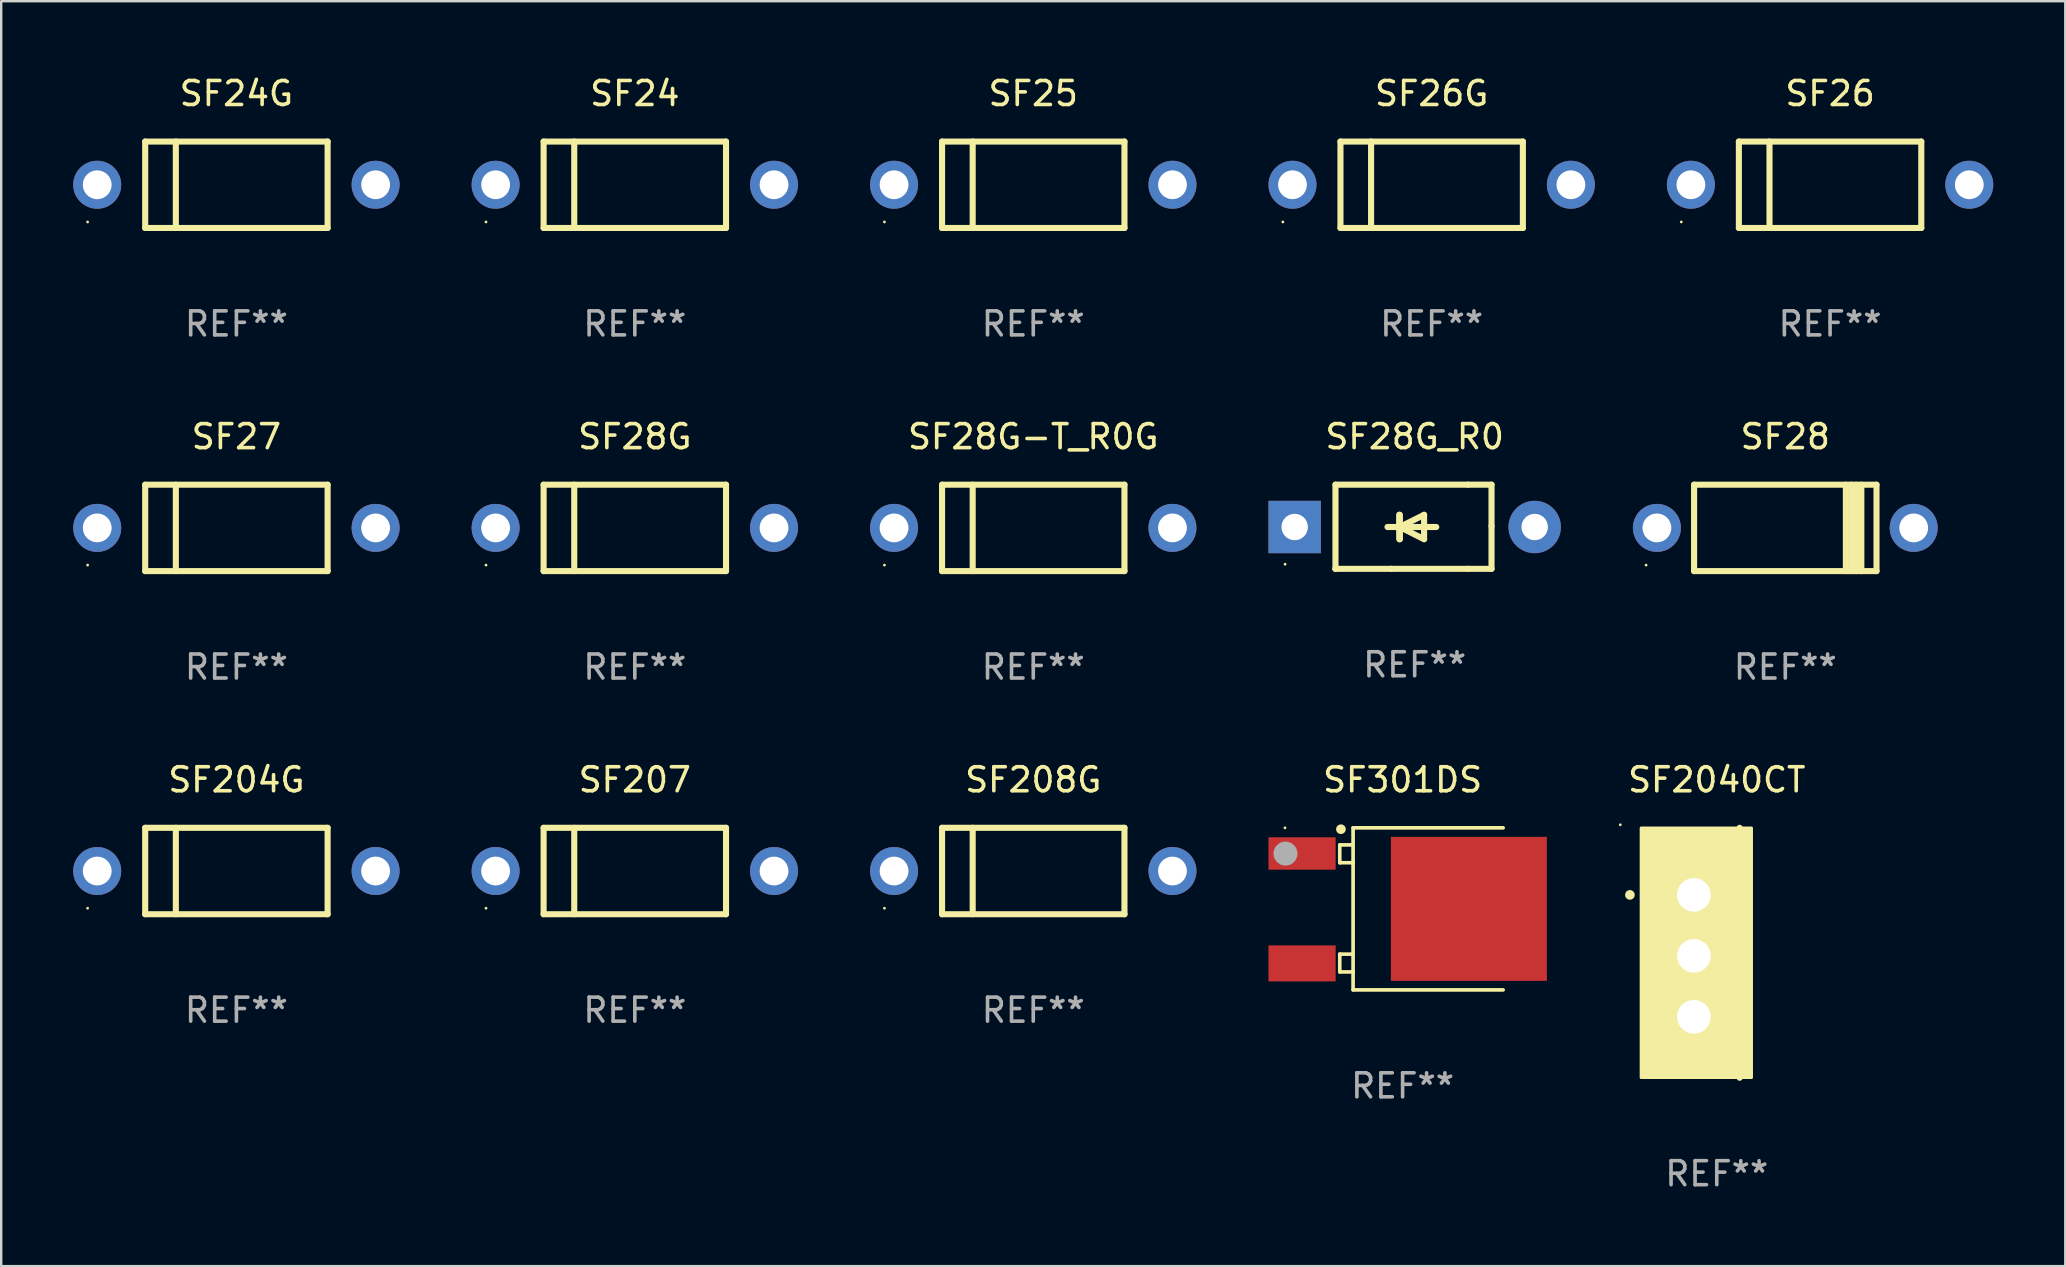
<source format=kicad_pcb>
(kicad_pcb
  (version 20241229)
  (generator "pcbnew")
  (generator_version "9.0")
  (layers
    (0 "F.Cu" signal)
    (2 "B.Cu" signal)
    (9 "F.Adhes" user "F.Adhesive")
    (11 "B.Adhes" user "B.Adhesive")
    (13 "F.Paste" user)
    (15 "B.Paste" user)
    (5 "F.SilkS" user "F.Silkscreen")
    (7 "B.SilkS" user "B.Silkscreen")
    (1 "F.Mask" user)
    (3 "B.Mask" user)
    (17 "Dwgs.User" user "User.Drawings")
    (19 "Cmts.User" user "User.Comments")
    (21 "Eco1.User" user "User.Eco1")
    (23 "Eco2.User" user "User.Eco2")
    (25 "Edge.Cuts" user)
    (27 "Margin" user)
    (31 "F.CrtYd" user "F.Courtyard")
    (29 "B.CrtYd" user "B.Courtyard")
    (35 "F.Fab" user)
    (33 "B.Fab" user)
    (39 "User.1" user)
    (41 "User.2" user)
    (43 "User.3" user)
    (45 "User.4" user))
  (footprint "SF24"
    (layer "F.Cu")
    (at 23.4 4.648)
    (property "Reference" "SF24" (at 0 -3.8 0) (layer "F.SilkS") (effects (font (size 1 1) (thickness 0.15))))
    (attr through_hole)
    (fp_line (start -3.8 -1.8) (end -3.8 1.8) (stroke (width 0.254) (type solid)) (layer "F.SilkS"))
    (fp_line (start -3.8 -1.8) (end 3.8 -1.8) (stroke (width 0.254) (type solid)) (layer "F.SilkS"))
    (fp_line (start -3.8 1.8) (end 3.8 1.8) (stroke (width 0.254) (type solid)) (layer "F.SilkS"))
    (fp_line (start -2.524 -1.8) (end -2.524 1.8) (stroke (width 0.254) (type solid)) (layer "F.SilkS"))
    (fp_line (start 3.8 -1.8) (end 3.8 1.8) (stroke (width 0.254) (type solid)) (layer "F.SilkS"))
    (fp_circle (center -6.2 1.55) (end -6.17 1.55) (stroke (width 0.06) (type solid)) (fill no) (layer "F.SilkS"))
    (fp_text user "REF**" (at 0 5.8 0) (layer "F.Fab") (effects (font (size 1 1) (thickness 0.15))))
    (pad "1" thru_hole circle (at -5.8 0) (size 2 2) (drill 1.2) (layers "*.Cu" "*.Mask"))
    (pad "2" thru_hole circle (at 5.8 0) (size 2 2) (drill 1.2) (layers "*.Cu" "*.Mask")))
  (footprint "SF27"
    (layer "F.Cu")
    (at 6.8 18.945)
    (property "Reference" "SF27" (at 0 -3.8 0) (layer "F.SilkS") (effects (font (size 1 1) (thickness 0.15))))
    (attr through_hole)
    (fp_line (start -3.8 -1.8) (end -3.8 1.8) (stroke (width 0.254) (type solid)) (layer "F.SilkS"))
    (fp_line (start -3.8 -1.8) (end 3.8 -1.8) (stroke (width 0.254) (type solid)) (layer "F.SilkS"))
    (fp_line (start -3.8 1.8) (end 3.8 1.8) (stroke (width 0.254) (type solid)) (layer "F.SilkS"))
    (fp_line (start -2.524 -1.8) (end -2.524 1.8) (stroke (width 0.254) (type solid)) (layer "F.SilkS"))
    (fp_line (start 3.8 -1.8) (end 3.8 1.8) (stroke (width 0.254) (type solid)) (layer "F.SilkS"))
    (fp_circle (center -6.2 1.55) (end -6.17 1.55) (stroke (width 0.06) (type solid)) (fill no) (layer "F.SilkS"))
    (fp_text user "REF**" (at 0 5.8 0) (layer "F.Fab") (effects (font (size 1 1) (thickness 0.15))))
    (pad "1" thru_hole circle (at -5.8 0) (size 2 2) (drill 1.2) (layers "*.Cu" "*.Mask"))
    (pad "2" thru_hole circle (at 5.8 0) (size 2 2) (drill 1.2) (layers "*.Cu" "*.Mask")))
  (footprint "SF28G_R0"
    (layer "F.Cu")
    (at 55.893 18.897)
    (property "Reference" "SF28G_R0" (at 0 -3.753 0) (layer "F.SilkS") (effects (font (size 1 1) (thickness 0.15))))
    (attr through_hole)
    (fp_line (start -3.3 -1.753) (end 2.212 -1.753) (stroke (width 0.254) (type solid)) (layer "F.SilkS"))
    (fp_line (start -3.3 1.753) (end -3.3 -1.753) (stroke (width 0.254) (type solid)) (layer "F.SilkS"))
    (fp_line (start -3.3 1.753) (end -3.3 1.753) (stroke (width 0.254) (type solid)) (layer "F.SilkS"))
    (fp_line (start -0.968 1.753) (end -3.3 1.753) (stroke (width 0.254) (type solid)) (layer "F.SilkS"))
    (fp_line (start -0.636 -0.497) (end -0.636 0.519) (stroke (width 0.254) (type solid)) (layer "F.SilkS"))
    (fp_line (start -0.636 0.011) (end -0.636 -0.497) (stroke (width 0.254) (type solid)) (layer "F.SilkS"))
    (fp_line (start -0.624 0.011) (end -0.624 0.519) (stroke (width 0.254) (type solid)) (layer "F.SilkS"))
    (fp_line (start -0.624 0.011) (end 0.392 0.519) (stroke (width 0.254) (type solid)) (layer "F.SilkS"))
    (fp_line (start -0.624 0.519) (end -0.624 -0.497) (stroke (width 0.254) (type solid)) (layer "F.SilkS"))
    (fp_line (start 0.392 -0.497) (end -0.624 0.011) (stroke (width 0.254) (type solid)) (layer "F.SilkS"))
    (fp_line (start 0.392 0.519) (end 0.392 -0.497) (stroke (width 0.254) (type solid)) (layer "F.SilkS"))
    (fp_line (start 0.9 0.011) (end -1.132 0.011) (stroke (width 0.254) (type solid)) (layer "F.SilkS"))
    (fp_line (start 2.212 -1.753) (end 3.202 -1.753) (stroke (width 0.254) (type solid)) (layer "F.SilkS"))
    (fp_line (start 2.212 1.753) (end -0.968 1.753) (stroke (width 0.254) (type solid)) (layer "F.SilkS"))
    (fp_line (start 3.202 -1.753) (end 3.202 -0.025) (stroke (width 0.254) (type solid)) (layer "F.SilkS"))
    (fp_line (start 3.202 -0.025) (end 3.202 1.753) (stroke (width 0.254) (type solid)) (layer "F.SilkS"))
    (fp_line (start 3.202 1.753) (end 2.212 1.753) (stroke (width 0.254) (type solid)) (layer "F.SilkS"))
    (fp_circle (center -5.4 1.561) (end -5.37 1.561) (stroke (width 0.06) (type solid)) (fill no) (layer "F.SilkS"))
    (fp_text user "REF**" (at 0 5.753 0) (layer "F.Fab") (effects (font (size 1 1) (thickness 0.15))))
    (pad "1" thru_hole rect (at -5 0.011 180) (size 2.184 2.184) (drill 1.102) (layers "*.Cu" "*.Mask"))
    (pad "2" thru_hole circle (at 5 0.011) (size 2.184 2.184) (drill 1.102) (layers "*.Cu" "*.Mask")))
  (footprint "SF28G"
    (layer "F.Cu")
    (at 23.4 18.945)
    (property "Reference" "SF28G" (at 0 -3.8 0) (layer "F.SilkS") (effects (font (size 1 1) (thickness 0.15))))
    (attr through_hole)
    (fp_line (start -3.8 -1.8) (end -3.8 1.8) (stroke (width 0.254) (type solid)) (layer "F.SilkS"))
    (fp_line (start -3.8 -1.8) (end 3.8 -1.8) (stroke (width 0.254) (type solid)) (layer "F.SilkS"))
    (fp_line (start -3.8 1.8) (end 3.8 1.8) (stroke (width 0.254) (type solid)) (layer "F.SilkS"))
    (fp_line (start -2.524 -1.8) (end -2.524 1.8) (stroke (width 0.254) (type solid)) (layer "F.SilkS"))
    (fp_line (start 3.8 -1.8) (end 3.8 1.8) (stroke (width 0.254) (type solid)) (layer "F.SilkS"))
    (fp_circle (center -6.2 1.55) (end -6.17 1.55) (stroke (width 0.06) (type solid)) (fill no) (layer "F.SilkS"))
    (fp_text user "REF**" (at 0 5.8 0) (layer "F.Fab") (effects (font (size 1 1) (thickness 0.15))))
    (pad "1" thru_hole circle (at -5.8 0) (size 2 2) (drill 1.2) (layers "*.Cu" "*.Mask"))
    (pad "2" thru_hole circle (at 5.8 0) (size 2 2) (drill 1.2) (layers "*.Cu" "*.Mask")))
  (footprint "SF207"
    (layer "F.Cu")
    (at 23.4 33.241)
    (property "Reference" "SF207" (at 0 -3.8 0) (layer "F.SilkS") (effects (font (size 1 1) (thickness 0.15))))
    (attr through_hole)
    (fp_line (start -3.8 -1.8) (end -3.8 1.8) (stroke (width 0.254) (type solid)) (layer "F.SilkS"))
    (fp_line (start -3.8 -1.8) (end 3.8 -1.8) (stroke (width 0.254) (type solid)) (layer "F.SilkS"))
    (fp_line (start -3.8 1.8) (end 3.8 1.8) (stroke (width 0.254) (type solid)) (layer "F.SilkS"))
    (fp_line (start -2.524 -1.8) (end -2.524 1.8) (stroke (width 0.254) (type solid)) (layer "F.SilkS"))
    (fp_line (start 3.8 -1.8) (end 3.8 1.8) (stroke (width 0.254) (type solid)) (layer "F.SilkS"))
    (fp_circle (center -6.2 1.55) (end -6.17 1.55) (stroke (width 0.06) (type solid)) (fill no) (layer "F.SilkS"))
    (fp_text user "REF**" (at 0 5.8 0) (layer "F.Fab") (effects (font (size 1 1) (thickness 0.15))))
    (pad "1" thru_hole circle (at -5.8 0) (size 2 2) (drill 1.2) (layers "*.Cu" "*.Mask"))
    (pad "2" thru_hole circle (at 5.8 0) (size 2 2) (drill 1.2) (layers "*.Cu" "*.Mask")))
  (footprint "SF25"
    (layer "F.Cu")
    (at 40.001 4.648)
    (property "Reference" "SF25" (at 0 -3.8 0) (layer "F.SilkS") (effects (font (size 1 1) (thickness 0.15))))
    (attr through_hole)
    (fp_line (start -3.8 -1.8) (end -3.8 1.8) (stroke (width 0.254) (type solid)) (layer "F.SilkS"))
    (fp_line (start -3.8 -1.8) (end 3.8 -1.8) (stroke (width 0.254) (type solid)) (layer "F.SilkS"))
    (fp_line (start -3.8 1.8) (end 3.8 1.8) (stroke (width 0.254) (type solid)) (layer "F.SilkS"))
    (fp_line (start -2.524 -1.8) (end -2.524 1.8) (stroke (width 0.254) (type solid)) (layer "F.SilkS"))
    (fp_line (start 3.8 -1.8) (end 3.8 1.8) (stroke (width 0.254) (type solid)) (layer "F.SilkS"))
    (fp_circle (center -6.2 1.55) (end -6.17 1.55) (stroke (width 0.06) (type solid)) (fill no) (layer "F.SilkS"))
    (fp_text user "REF**" (at 0 5.8 0) (layer "F.Fab") (effects (font (size 1 1) (thickness 0.15))))
    (pad "1" thru_hole circle (at -5.8 0) (size 2 2) (drill 1.2) (layers "*.Cu" "*.Mask"))
    (pad "2" thru_hole circle (at 5.8 0) (size 2 2) (drill 1.2) (layers "*.Cu" "*.Mask")))
  (footprint "SF301DS"
    (layer "F.Cu")
    (at 55.39 34.818)
    (property "Reference" "SF301DS" (at 0 -5.376 0) (layer "F.SilkS") (effects (font (size 1 1) (thickness 0.15))))
    (attr through_hole)
    (fp_line (start -2.618 -2.664) (end -2.618 -1.922) (stroke (width 0.152) (type solid)) (layer "F.SilkS"))
    (fp_line (start -2.618 -1.922) (end -2.062 -1.922) (stroke (width 0.152) (type solid)) (layer "F.SilkS"))
    (fp_line (start -2.618 1.886) (end -2.618 2.628) (stroke (width 0.152) (type solid)) (layer "F.SilkS"))
    (fp_line (start -2.618 2.628) (end -2.062 2.628) (stroke (width 0.152) (type solid)) (layer "F.SilkS"))
    (fp_line (start -2.063 -3.376) (end -2.063 3.376) (stroke (width 0.152) (type solid)) (layer "F.SilkS"))
    (fp_line (start -2.062 -2.664) (end -2.618 -2.664) (stroke (width 0.152) (type solid)) (layer "F.SilkS"))
    (fp_line (start -2.062 -1.922) (end -2.062 -1.933) (stroke (width 0.152) (type solid)) (layer "F.SilkS"))
    (fp_line (start -2.062 1.886) (end -2.618 1.886) (stroke (width 0.152) (type solid)) (layer "F.SilkS"))
    (fp_line (start -2.062 2.628) (end -2.062 2.617) (stroke (width 0.152) (type solid)) (layer "F.SilkS"))
    (fp_line (start 4.189 -3.376) (end -2.063 -3.376) (stroke (width 0.152) (type solid)) (layer "F.SilkS"))
    (fp_line (start 4.189 3.376) (end -2.063 3.376) (stroke (width 0.152) (type solid)) (layer "F.SilkS"))
    (fp_arc (start -2.570879 -3.319279) (mid -2.569609 -3.319283) (end -2.568339 -3.319279) (stroke (width 0.4) (type solid)) (layer "F.SilkS"))
    (fp_circle (center -4.902 -3.375) (end -4.872 -3.375) (stroke (width 0.06) (type solid)) (fill no) (layer "F.SilkS"))
    (fp_circle (center -4.88 -2.303) (end -4.63 -2.303) (stroke (width 0.5) (type solid)) (fill no) (layer "F.Fab"))
    (fp_text user "REF**" (at 0 7.376 0) (layer "F.Fab") (effects (font (size 1 1) (thickness 0.15))))
    (pad "1" smd rect (at -4.189 -2.307) (size 2.8 1.35) (layers "F.Cu" "F.Mask" "F.Paste"))
    (pad "3" smd rect (at -4.189 2.273) (size 2.8 1.5) (layers "F.Cu" "F.Mask" "F.Paste"))
    (pad "4" smd rect (at 2.761 -0.000076) (size 6.5 6) (layers "F.Cu" "F.Mask" "F.Paste")))
  (footprint "SF208G"
    (layer "F.Cu")
    (at 40.001 33.241)
    (property "Reference" "SF208G" (at 0 -3.8 0) (layer "F.SilkS") (effects (font (size 1 1) (thickness 0.15))))
    (attr through_hole)
    (fp_line (start -3.8 -1.8) (end -3.8 1.8) (stroke (width 0.254) (type solid)) (layer "F.SilkS"))
    (fp_line (start -3.8 -1.8) (end 3.8 -1.8) (stroke (width 0.254) (type solid)) (layer "F.SilkS"))
    (fp_line (start -3.8 1.8) (end 3.8 1.8) (stroke (width 0.254) (type solid)) (layer "F.SilkS"))
    (fp_line (start -2.524 -1.8) (end -2.524 1.8) (stroke (width 0.254) (type solid)) (layer "F.SilkS"))
    (fp_line (start 3.8 -1.8) (end 3.8 1.8) (stroke (width 0.254) (type solid)) (layer "F.SilkS"))
    (fp_circle (center -6.2 1.55) (end -6.17 1.55) (stroke (width 0.06) (type solid)) (fill no) (layer "F.SilkS"))
    (fp_text user "REF**" (at 0 5.8 0) (layer "F.Fab") (effects (font (size 1 1) (thickness 0.15))))
    (pad "1" thru_hole circle (at -5.8 0) (size 2 2) (drill 1.2) (layers "*.Cu" "*.Mask"))
    (pad "2" thru_hole circle (at 5.8 0) (size 2 2) (drill 1.2) (layers "*.Cu" "*.Mask")))
  (footprint "SF26"
    (layer "F.Cu")
    (at 73.201 4.648)
    (property "Reference" "SF26" (at 0 -3.8 0) (layer "F.SilkS") (effects (font (size 1 1) (thickness 0.15))))
    (attr through_hole)
    (fp_line (start -3.8 -1.8) (end -3.8 1.8) (stroke (width 0.254) (type solid)) (layer "F.SilkS"))
    (fp_line (start -3.8 -1.8) (end 3.8 -1.8) (stroke (width 0.254) (type solid)) (layer "F.SilkS"))
    (fp_line (start -3.8 1.8) (end 3.8 1.8) (stroke (width 0.254) (type solid)) (layer "F.SilkS"))
    (fp_line (start -2.524 -1.8) (end -2.524 1.8) (stroke (width 0.254) (type solid)) (layer "F.SilkS"))
    (fp_line (start 3.8 -1.8) (end 3.8 1.8) (stroke (width 0.254) (type solid)) (layer "F.SilkS"))
    (fp_circle (center -6.2 1.55) (end -6.17 1.55) (stroke (width 0.06) (type solid)) (fill no) (layer "F.SilkS"))
    (fp_text user "REF**" (at 0 5.8 0) (layer "F.Fab") (effects (font (size 1 1) (thickness 0.15))))
    (pad "1" thru_hole circle (at -5.8 0) (size 2 2) (drill 1.2) (layers "*.Cu" "*.Mask"))
    (pad "2" thru_hole circle (at 5.8 0) (size 2 2) (drill 1.2) (layers "*.Cu" "*.Mask")))
  (footprint "SF2040CT"
    (layer "F.Cu")
    (at 68.48 36.648)
    (property "Reference" "SF2040CT" (at 0 -7.207 0) (layer "F.SilkS") (effects (font (size 1 1) (thickness 0.15))))
    (attr through_hole)
    (fp_line (start 0.953 5.207) (end 0.953 -5.207) (stroke (width 0.254) (type solid)) (layer "F.SilkS"))
    (fp_arc (start -3.619507 -2.410465) (mid -3.619511 -2.411735) (end -3.619507 -2.413005) (stroke (width 0.4) (type solid)) (layer "F.SilkS"))
    (fp_circle (center -4.02 -5.334) (end -3.99 -5.334) (stroke (width 0.06) (type solid)) (fill no) (layer "F.SilkS"))
    (fp_poly (pts (xy -3.152 -5.2) (xy 1.448 -5.2) (xy 1.448 5.2) (xy -3.152 5.2)) (stroke (width 0.12) (type solid)) (fill yes) (layer "F.SilkS"))
    (fp_text user "REF**" (at 0 9.207 0) (layer "F.Fab") (effects (font (size 1 1) (thickness 0.15))))
    (pad "1" thru_hole rect (at -0.953 -2.413 270) (size 2 2.5) (drill 1.4) (layers "*.Cu" "*.Mask"))
    (pad "2" thru_hole oval (at -0.953 0.127 270) (size 2 2.5) (drill 1.4) (layers "*.Cu" "*.Mask"))
    (pad "3" thru_hole oval (at -0.953 2.667 270) (size 2 2.5) (drill 1.4) (layers "*.Cu" "*.Mask")))
  (footprint "SF26G"
    (layer "F.Cu")
    (at 56.601 4.648)
    (property "Reference" "SF26G" (at 0 -3.8 0) (layer "F.SilkS") (effects (font (size 1 1) (thickness 0.15))))
    (attr through_hole)
    (fp_line (start -3.8 -1.8) (end -3.8 1.8) (stroke (width 0.254) (type solid)) (layer "F.SilkS"))
    (fp_line (start -3.8 -1.8) (end 3.8 -1.8) (stroke (width 0.254) (type solid)) (layer "F.SilkS"))
    (fp_line (start -3.8 1.8) (end 3.8 1.8) (stroke (width 0.254) (type solid)) (layer "F.SilkS"))
    (fp_line (start -2.524 -1.8) (end -2.524 1.8) (stroke (width 0.254) (type solid)) (layer "F.SilkS"))
    (fp_line (start 3.8 -1.8) (end 3.8 1.8) (stroke (width 0.254) (type solid)) (layer "F.SilkS"))
    (fp_circle (center -6.2 1.55) (end -6.17 1.55) (stroke (width 0.06) (type solid)) (fill no) (layer "F.SilkS"))
    (fp_text user "REF**" (at 0 5.8 0) (layer "F.Fab") (effects (font (size 1 1) (thickness 0.15))))
    (pad "1" thru_hole circle (at -5.8 0) (size 2 2) (drill 1.2) (layers "*.Cu" "*.Mask"))
    (pad "2" thru_hole circle (at 5.8 0) (size 2 2) (drill 1.2) (layers "*.Cu" "*.Mask")))
  (footprint "SF28G-T_R0G"
    (layer "F.Cu")
    (at 40.001 18.945)
    (property "Reference" "SF28G-T_R0G" (at 0 -3.8 0) (layer "F.SilkS") (effects (font (size 1 1) (thickness 0.15))))
    (attr through_hole)
    (fp_line (start -3.8 -1.8) (end -3.8 1.8) (stroke (width 0.254) (type solid)) (layer "F.SilkS"))
    (fp_line (start -3.8 -1.8) (end 3.8 -1.8) (stroke (width 0.254) (type solid)) (layer "F.SilkS"))
    (fp_line (start -3.8 1.8) (end 3.8 1.8) (stroke (width 0.254) (type solid)) (layer "F.SilkS"))
    (fp_line (start -2.524 -1.8) (end -2.524 1.8) (stroke (width 0.254) (type solid)) (layer "F.SilkS"))
    (fp_line (start 3.8 -1.8) (end 3.8 1.8) (stroke (width 0.254) (type solid)) (layer "F.SilkS"))
    (fp_circle (center -6.2 1.55) (end -6.17 1.55) (stroke (width 0.06) (type solid)) (fill no) (layer "F.SilkS"))
    (fp_text user "REF**" (at 0 5.8 0) (layer "F.Fab") (effects (font (size 1 1) (thickness 0.15))))
    (pad "1" thru_hole circle (at -5.8 0) (size 2 2) (drill 1.2) (layers "*.Cu" "*.Mask"))
    (pad "2" thru_hole circle (at 5.8 0) (size 2 2) (drill 1.2) (layers "*.Cu" "*.Mask")))
  (footprint "SF24G"
    (layer "F.Cu")
    (at 6.8 4.648)
    (property "Reference" "SF24G" (at 0 -3.8 0) (layer "F.SilkS") (effects (font (size 1 1) (thickness 0.15))))
    (attr through_hole)
    (fp_line (start -3.8 -1.8) (end -3.8 1.8) (stroke (width 0.254) (type solid)) (layer "F.SilkS"))
    (fp_line (start -3.8 -1.8) (end 3.8 -1.8) (stroke (width 0.254) (type solid)) (layer "F.SilkS"))
    (fp_line (start -3.8 1.8) (end 3.8 1.8) (stroke (width 0.254) (type solid)) (layer "F.SilkS"))
    (fp_line (start -2.524 -1.8) (end -2.524 1.8) (stroke (width 0.254) (type solid)) (layer "F.SilkS"))
    (fp_line (start 3.8 -1.8) (end 3.8 1.8) (stroke (width 0.254) (type solid)) (layer "F.SilkS"))
    (fp_circle (center -6.2 1.55) (end -6.17 1.55) (stroke (width 0.06) (type solid)) (fill no) (layer "F.SilkS"))
    (fp_text user "REF**" (at 0 5.8 0) (layer "F.Fab") (effects (font (size 1 1) (thickness 0.15))))
    (pad "1" thru_hole circle (at -5.8 0) (size 2 2) (drill 1.2) (layers "*.Cu" "*.Mask"))
    (pad "2" thru_hole circle (at 5.8 0) (size 2 2) (drill 1.2) (layers "*.Cu" "*.Mask")))
  (footprint "SF28"
    (layer "F.Cu")
    (at 71.335 18.945)
    (property "Reference" "SF28" (at 0 -3.8 0) (layer "F.SilkS") (effects (font (size 1 1) (thickness 0.15))))
    (attr through_hole)
    (fp_line (start -3.8 1.8) (end -3.8 -1.8) (stroke (width 0.254) (type solid)) (layer "F.SilkS"))
    (fp_line (start 2.524 1.8) (end 2.524 -1.8) (stroke (width 0.254) (type solid)) (layer "F.SilkS"))
    (fp_line (start 2.75 1.8) (end 2.75 -1.8) (stroke (width 0.254) (type solid)) (layer "F.SilkS"))
    (fp_line (start 2.95 -1.8) (end 2.95 1.8) (stroke (width 0.254) (type solid)) (layer "F.SilkS"))
    (fp_line (start 3.168 -1.8) (end 3.168 1.8) (stroke (width 0.254) (type solid)) (layer "F.SilkS"))
    (fp_line (start 3.8 1.8) (end -3.8 1.8) (stroke (width 0.254) (type solid)) (layer "F.SilkS"))
    (fp_line (start 3.8 1.8) (end 3.8 -1.8) (stroke (width 0.254) (type solid)) (layer "F.SilkS"))
    (fp_line (start 3.8 -1.8) (end -3.8 -1.8) (stroke (width 0.254) (type solid)) (layer "F.SilkS"))
    (fp_circle (center -5.8 1.55) (end -5.77 1.55) (stroke (width 0.06) (type solid)) (fill no) (layer "F.SilkS"))
    (fp_text user "REF**" (at 0 5.8 0) (layer "F.Fab") (effects (font (size 1 1) (thickness 0.15))))
    (pad "1" thru_hole circle (at -5.35 0) (size 2 2) (drill 1.2) (layers "*.Cu" "*.Mask"))
    (pad "2" thru_hole circle (at 5.35 0) (size 2 2) (drill 1.2) (layers "*.Cu" "*.Mask")))
  (footprint "SF204G"
    (layer "F.Cu")
    (at 6.8 33.241)
    (property "Reference" "SF204G" (at 0 -3.8 0) (layer "F.SilkS") (effects (font (size 1 1) (thickness 0.15))))
    (attr through_hole)
    (fp_line (start -3.8 -1.8) (end -3.8 1.8) (stroke (width 0.254) (type solid)) (layer "F.SilkS"))
    (fp_line (start -3.8 -1.8) (end 3.8 -1.8) (stroke (width 0.254) (type solid)) (layer "F.SilkS"))
    (fp_line (start -3.8 1.8) (end 3.8 1.8) (stroke (width 0.254) (type solid)) (layer "F.SilkS"))
    (fp_line (start -2.524 -1.8) (end -2.524 1.8) (stroke (width 0.254) (type solid)) (layer "F.SilkS"))
    (fp_line (start 3.8 -1.8) (end 3.8 1.8) (stroke (width 0.254) (type solid)) (layer "F.SilkS"))
    (fp_circle (center -6.2 1.55) (end -6.17 1.55) (stroke (width 0.06) (type solid)) (fill no) (layer "F.SilkS"))
    (fp_text user "REF**" (at 0 5.8 0) (layer "F.Fab") (effects (font (size 1 1) (thickness 0.15))))
    (pad "1" thru_hole circle (at -5.8 0) (size 2 2) (drill 1.2) (layers "*.Cu" "*.Mask"))
    (pad "2" thru_hole circle (at 5.8 0) (size 2 2) (drill 1.2) (layers "*.Cu" "*.Mask")))
  (gr_rect
    (start -3 -3)
    (end 83.001 49.704)
    (stroke (width 0.1) (type default))
    (fill no)
    (layer "Edge.Cuts")))
</source>
